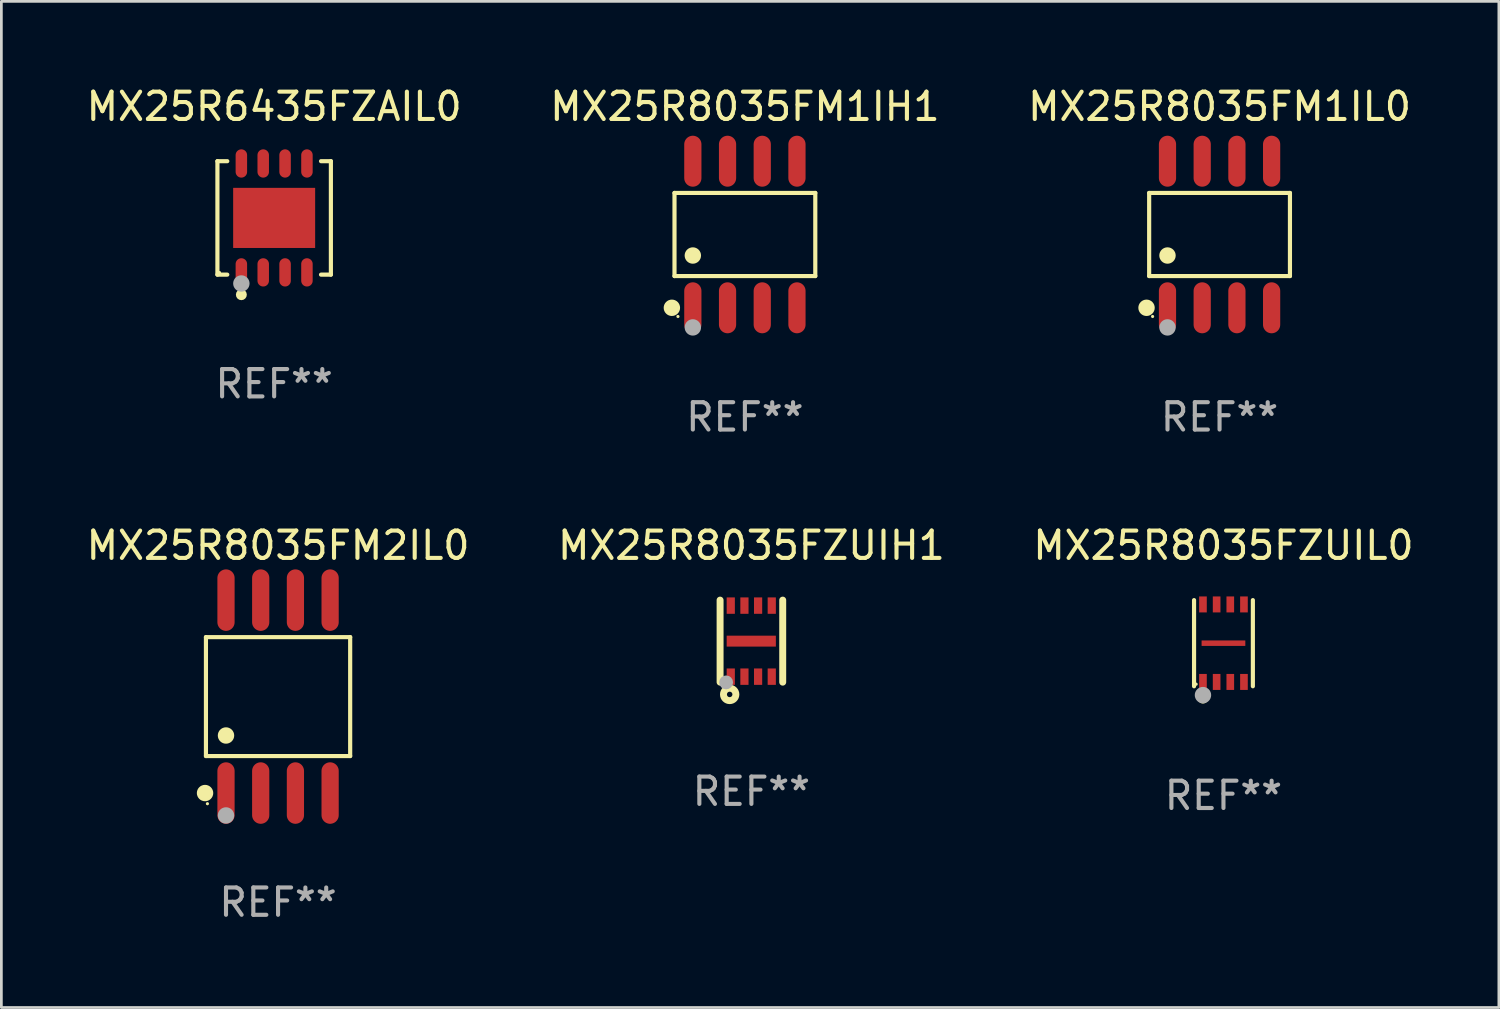
<source format=kicad_pcb>
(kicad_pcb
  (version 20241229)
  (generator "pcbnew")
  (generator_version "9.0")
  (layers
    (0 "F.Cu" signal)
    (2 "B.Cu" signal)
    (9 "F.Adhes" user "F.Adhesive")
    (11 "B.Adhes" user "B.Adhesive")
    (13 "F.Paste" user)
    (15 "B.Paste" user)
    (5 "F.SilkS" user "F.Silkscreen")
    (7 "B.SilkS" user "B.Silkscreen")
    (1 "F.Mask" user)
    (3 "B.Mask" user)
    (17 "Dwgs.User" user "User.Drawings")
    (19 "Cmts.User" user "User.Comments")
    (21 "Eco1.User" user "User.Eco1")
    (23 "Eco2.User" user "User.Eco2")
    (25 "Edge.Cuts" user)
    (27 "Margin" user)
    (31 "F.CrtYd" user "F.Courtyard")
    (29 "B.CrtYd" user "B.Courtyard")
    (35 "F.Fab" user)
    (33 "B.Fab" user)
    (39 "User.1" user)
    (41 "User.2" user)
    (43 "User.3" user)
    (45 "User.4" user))
  (footprint "MX25R8035FM1IL0"
    (layer "F.Cu")
    (at 41.577 5.531)
    (property "Reference" "MX25R8035FM1IL0" (at 0 -4.682 0) (layer "F.SilkS") (effects (font (size 1 1) (thickness 0.15))))
    (attr through_hole)
    (fp_line (start -2.576 -1.521) (end 2.576 -1.521) (stroke (width 0.152) (type solid)) (layer "F.SilkS"))
    (fp_line (start -2.576 1.521) (end -2.576 -1.521) (stroke (width 0.152) (type solid)) (layer "F.SilkS"))
    (fp_line (start 2.576 -1.521) (end 2.576 1.521) (stroke (width 0.152) (type solid)) (layer "F.SilkS"))
    (fp_line (start 2.576 1.521) (end -2.576 1.521) (stroke (width 0.152) (type solid)) (layer "F.SilkS"))
    (fp_circle (center -2.672 2.682) (end -2.522 2.682) (stroke (width 0.3) (type solid)) (fill no) (layer "F.SilkS"))
    (fp_circle (center -2.45 3) (end -2.42 3) (stroke (width 0.06) (type solid)) (fill no) (layer "F.SilkS"))
    (fp_circle (center -1.905 0.769) (end -1.755 0.769) (stroke (width 0.3) (type solid)) (fill no) (layer "F.SilkS"))
    (fp_circle (center -1.905 3.4) (end -1.755 3.4) (stroke (width 0.3) (type solid)) (fill no) (layer "F.Fab"))
    (fp_text user "REF**" (at 0 6.682 0) (layer "F.Fab") (effects (font (size 1 1) (thickness 0.15))))
    (pad "1" smd oval (at -1.905 2.682) (size 0.63 1.865) (layers "F.Cu" "F.Mask" "F.Paste"))
    (pad "2" smd oval (at -0.635 2.682) (size 0.63 1.865) (layers "F.Cu" "F.Mask" "F.Paste"))
    (pad "3" smd oval (at 0.635 2.682) (size 0.63 1.865) (layers "F.Cu" "F.Mask" "F.Paste"))
    (pad "4" smd oval (at 1.905 2.682) (size 0.63 1.865) (layers "F.Cu" "F.Mask" "F.Paste"))
    (pad "5" smd oval (at 1.905 -2.682) (size 0.63 1.865) (layers "F.Cu" "F.Mask" "F.Paste"))
    (pad "6" smd oval (at 0.635 -2.682) (size 0.63 1.865) (layers "F.Cu" "F.Mask" "F.Paste"))
    (pad "7" smd oval (at -0.635 -2.682) (size 0.63 1.865) (layers "F.Cu" "F.Mask" "F.Paste"))
    (pad "8" smd oval (at -1.905 -2.682) (size 0.63 1.865) (layers "F.Cu" "F.Mask" "F.Paste")))
  (footprint "MX25R8035FZUIL0"
    (layer "F.Cu")
    (at 41.72 20.486)
    (property "Reference" "MX25R8035FZUIL0" (at 0 -3.576 0) (layer "F.SilkS") (effects (font (size 1 1) (thickness 0.15))))
    (attr through_hole)
    (fp_line (start -1.076 1.576) (end -1.076 -1.576) (stroke (width 0.152) (type solid)) (layer "F.SilkS"))
    (fp_line (start 1.076 -1.576) (end 1.076 1.576) (stroke (width 0.152) (type solid)) (layer "F.SilkS"))
    (fp_circle (center -1 1.5) (end -0.97 1.5) (stroke (width 0.06) (type solid)) (fill no) (layer "F.SilkS"))
    (fp_circle (center -0.75 2.01) (end -0.65 2.01) (stroke (width 0.2) (type solid)) (fill no) (layer "F.SilkS"))
    (fp_circle (center -0.75 1.9) (end -0.6 1.9) (stroke (width 0.3) (type solid)) (fill no) (layer "F.Fab"))
    (fp_text user "REF**" (at 0 5.576 0) (layer "F.Fab") (effects (font (size 1 1) (thickness 0.15))))
    (pad "1" smd rect (at -0.75 1.418) (size 0.28 0.585) (layers "F.Cu" "F.Mask" "F.Paste"))
    (pad "2" smd rect (at -0.25 1.418) (size 0.28 0.585) (layers "F.Cu" "F.Mask" "F.Paste"))
    (pad "3" smd rect (at 0.25 1.418) (size 0.28 0.585) (layers "F.Cu" "F.Mask" "F.Paste"))
    (pad "4" smd rect (at 0.75 1.418) (size 0.28 0.585) (layers "F.Cu" "F.Mask" "F.Paste"))
    (pad "5" smd rect (at 0.75 -1.418) (size 0.28 0.585) (layers "F.Cu" "F.Mask" "F.Paste"))
    (pad "6" smd rect (at 0.25 -1.418) (size 0.28 0.585) (layers "F.Cu" "F.Mask" "F.Paste"))
    (pad "7" smd rect (at -0.25 -1.418) (size 0.28 0.585) (layers "F.Cu" "F.Mask" "F.Paste"))
    (pad "8" smd rect (at -0.75 -1.418) (size 0.28 0.585) (layers "F.Cu" "F.Mask" "F.Paste"))
    (pad "9" smd rect (at 0 0) (size 1.6 0.2) (layers "F.Cu" "F.Mask" "F.Paste")))
  (footprint "MX25R6435FZAIL0"
    (layer "F.Cu")
    (at 6.982 4.924)
    (property "Reference" "MX25R6435FZAIL0" (at 0 -4.076 0) (layer "F.SilkS") (effects (font (size 1 1) (thickness 0.15))))
    (attr through_hole)
    (fp_line (start -2.076 -2.076) (end -1.715 -2.076) (stroke (width 0.152) (type solid)) (layer "F.SilkS"))
    (fp_line (start -2.076 2.076) (end -2.076 -2.076) (stroke (width 0.152) (type solid)) (layer "F.SilkS"))
    (fp_line (start -2.076 2.076) (end -1.715 2.076) (stroke (width 0.152) (type solid)) (layer "F.SilkS"))
    (fp_line (start 2.076 -2.076) (end 1.715 -2.076) (stroke (width 0.152) (type solid)) (layer "F.SilkS"))
    (fp_line (start 2.076 -2.076) (end 2.076 2.076) (stroke (width 0.152) (type solid)) (layer "F.SilkS"))
    (fp_line (start 2.076 2.076) (end 1.715 2.076) (stroke (width 0.152) (type solid)) (layer "F.SilkS"))
    (fp_circle (center -2 2) (end -1.97 2) (stroke (width 0.06) (type solid)) (fill no) (layer "F.SilkS"))
    (fp_circle (center -1.2 2.81) (end -1.1 2.81) (stroke (width 0.2) (type solid)) (fill no) (layer "F.SilkS"))
    (fp_circle (center -1.2 2.4) (end -1.05 2.4) (stroke (width 0.3) (type solid)) (fill no) (layer "F.Fab"))
    (fp_text user "REF**" (at 0 6.076 0) (layer "F.Fab") (effects (font (size 1 1) (thickness 0.15))))
    (pad "1" smd oval (at -1.2 1.993) (size 0.42 1.035) (layers "F.Cu" "F.Mask" "F.Paste"))
    (pad "2" smd oval (at -0.4 1.993) (size 0.42 1.035) (layers "F.Cu" "F.Mask" "F.Paste"))
    (pad "3" smd oval (at 0.4 1.993) (size 0.42 1.035) (layers "F.Cu" "F.Mask" "F.Paste"))
    (pad "4" smd oval (at 1.2 1.993) (size 0.42 1.035) (layers "F.Cu" "F.Mask" "F.Paste"))
    (pad "5" smd oval (at 1.2 -1.992) (size 0.42 1.035) (layers "F.Cu" "F.Mask" "F.Paste"))
    (pad "6" smd oval (at 0.4 -1.992) (size 0.42 1.035) (layers "F.Cu" "F.Mask" "F.Paste"))
    (pad "7" smd oval (at -0.4 -1.992) (size 0.42 1.035) (layers "F.Cu" "F.Mask" "F.Paste"))
    (pad "8" smd oval (at -1.2 -1.992) (size 0.42 1.035) (layers "F.Cu" "F.Mask" "F.Paste"))
    (pad "9" smd rect (at 0 0) (size 3 2.2) (layers "F.Cu" "F.Mask" "F.Paste")))
  (footprint "MX25R8035FZUIH1"
    (layer "F.Cu")
    (at 24.446 20.411)
    (property "Reference" "MX25R8035FZUIH1" (at 0 -3.501 0) (layer "F.SilkS") (effects (font (size 1 1) (thickness 0.15))))
    (attr through_hole)
    (fp_line (start -1.146 -1.501) (end -1.146 1.501) (stroke (width 0.254) (type solid)) (layer "F.SilkS"))
    (fp_line (start 1.146 -1.501) (end 1.146 1.501) (stroke (width 0.254) (type solid)) (layer "F.SilkS"))
    (fp_circle (center -1.005 1.5) (end -0.975 1.5) (stroke (width 0.06) (type solid)) (fill no) (layer "F.SilkS"))
    (fp_circle (center -0.795 1.95) (end -0.695 1.95) (stroke (width 0.254) (type solid)) (fill no) (layer "F.SilkS"))
    (fp_circle (center -0.925 1.51) (end -0.798 1.51) (stroke (width 0.254) (type solid)) (fill no) (layer "F.Fab"))
    (fp_text user "REF**" (at 0 5.501 0) (layer "F.Fab") (effects (font (size 1 1) (thickness 0.15))))
    (pad "1" smd rect (at -0.755 1.3) (size 0.3 0.6) (layers "F.Cu" "F.Mask" "F.Paste"))
    (pad "2" smd rect (at -0.255 1.3) (size 0.3 0.6) (layers "F.Cu" "F.Mask" "F.Paste"))
    (pad "3" smd rect (at 0.245 1.3) (size 0.3 0.6) (layers "F.Cu" "F.Mask" "F.Paste"))
    (pad "4" smd rect (at 0.745 1.3) (size 0.3 0.6) (layers "F.Cu" "F.Mask" "F.Paste"))
    (pad "5" smd rect (at 0.745 -1.3) (size 0.3 0.6) (layers "F.Cu" "F.Mask" "F.Paste"))
    (pad "6" smd rect (at 0.245 -1.3) (size 0.3 0.6) (layers "F.Cu" "F.Mask" "F.Paste"))
    (pad "7" smd rect (at -0.255 -1.3) (size 0.3 0.6) (layers "F.Cu" "F.Mask" "F.Paste"))
    (pad "8" smd rect (at -0.755 -1.3) (size 0.3 0.6) (layers "F.Cu" "F.Mask" "F.Paste"))
    (pad "9" smd rect (at -0.005 0 90) (size 0.4 1.8) (layers "F.Cu" "F.Mask" "F.Paste")))
  (footprint "MX25R8035FM2IL0"
    (layer "F.Cu")
    (at 7.125 22.44)
    (property "Reference" "MX25R8035FM2IL0" (at 0 -5.53 0) (layer "F.SilkS") (effects (font (size 1 1) (thickness 0.15))))
    (attr through_hole)
    (fp_line (start -2.639 -2.176) (end 2.639 -2.176) (stroke (width 0.152) (type solid)) (layer "F.SilkS"))
    (fp_line (start -2.639 2.176) (end -2.639 -2.176) (stroke (width 0.152) (type solid)) (layer "F.SilkS"))
    (fp_line (start 2.639 -2.176) (end 2.639 2.176) (stroke (width 0.152) (type solid)) (layer "F.SilkS"))
    (fp_line (start 2.639 2.176) (end -2.639 2.176) (stroke (width 0.152) (type solid)) (layer "F.SilkS"))
    (fp_circle (center -2.672 3.53) (end -2.522 3.53) (stroke (width 0.3) (type solid)) (fill no) (layer "F.SilkS"))
    (fp_circle (center -2.585 3.92) (end -2.555 3.92) (stroke (width 0.06) (type solid)) (fill no) (layer "F.SilkS"))
    (fp_circle (center -1.905 1.424) (end -1.755 1.424) (stroke (width 0.3) (type solid)) (fill no) (layer "F.SilkS"))
    (fp_circle (center -1.905 4.35) (end -1.755 4.35) (stroke (width 0.3) (type solid)) (fill no) (layer "F.Fab"))
    (fp_text user "REF**" (at 0 7.53 0) (layer "F.Fab") (effects (font (size 1 1) (thickness 0.15))))
    (pad "1" smd oval (at -1.905 3.53) (size 0.63 2.25) (layers "F.Cu" "F.Mask" "F.Paste"))
    (pad "2" smd oval (at -0.635 3.53) (size 0.63 2.25) (layers "F.Cu" "F.Mask" "F.Paste"))
    (pad "3" smd oval (at 0.635 3.53) (size 0.63 2.25) (layers "F.Cu" "F.Mask" "F.Paste"))
    (pad "4" smd oval (at 1.905 3.53) (size 0.63 2.25) (layers "F.Cu" "F.Mask" "F.Paste"))
    (pad "5" smd oval (at 1.905 -3.53) (size 0.63 2.25) (layers "F.Cu" "F.Mask" "F.Paste"))
    (pad "6" smd oval (at 0.635 -3.53) (size 0.63 2.25) (layers "F.Cu" "F.Mask" "F.Paste"))
    (pad "7" smd oval (at -0.635 -3.53) (size 0.63 2.25) (layers "F.Cu" "F.Mask" "F.Paste"))
    (pad "8" smd oval (at -1.905 -3.53) (size 0.63 2.25) (layers "F.Cu" "F.Mask" "F.Paste")))
  (footprint "MX25R8035FM1IH1"
    (layer "F.Cu")
    (at 24.208 5.531)
    (property "Reference" "MX25R8035FM1IH1" (at 0 -4.682 0) (layer "F.SilkS") (effects (font (size 1 1) (thickness 0.15))))
    (attr through_hole)
    (fp_line (start -2.576 -1.521) (end 2.576 -1.521) (stroke (width 0.152) (type solid)) (layer "F.SilkS"))
    (fp_line (start -2.576 1.521) (end -2.576 -1.521) (stroke (width 0.152) (type solid)) (layer "F.SilkS"))
    (fp_line (start 2.576 -1.521) (end 2.576 1.521) (stroke (width 0.152) (type solid)) (layer "F.SilkS"))
    (fp_line (start 2.576 1.521) (end -2.576 1.521) (stroke (width 0.152) (type solid)) (layer "F.SilkS"))
    (fp_circle (center -2.672 2.682) (end -2.522 2.682) (stroke (width 0.3) (type solid)) (fill no) (layer "F.SilkS"))
    (fp_circle (center -2.45 3) (end -2.42 3) (stroke (width 0.06) (type solid)) (fill no) (layer "F.SilkS"))
    (fp_circle (center -1.905 0.769) (end -1.755 0.769) (stroke (width 0.3) (type solid)) (fill no) (layer "F.SilkS"))
    (fp_circle (center -1.905 3.4) (end -1.755 3.4) (stroke (width 0.3) (type solid)) (fill no) (layer "F.Fab"))
    (fp_text user "REF**" (at 0 6.682 0) (layer "F.Fab") (effects (font (size 1 1) (thickness 0.15))))
    (pad "1" smd oval (at -1.905 2.682) (size 0.63 1.865) (layers "F.Cu" "F.Mask" "F.Paste"))
    (pad "2" smd oval (at -0.635 2.682) (size 0.63 1.865) (layers "F.Cu" "F.Mask" "F.Paste"))
    (pad "3" smd oval (at 0.635 2.682) (size 0.63 1.865) (layers "F.Cu" "F.Mask" "F.Paste"))
    (pad "4" smd oval (at 1.905 2.682) (size 0.63 1.865) (layers "F.Cu" "F.Mask" "F.Paste"))
    (pad "5" smd oval (at 1.905 -2.682) (size 0.63 1.865) (layers "F.Cu" "F.Mask" "F.Paste"))
    (pad "6" smd oval (at 0.635 -2.682) (size 0.63 1.865) (layers "F.Cu" "F.Mask" "F.Paste"))
    (pad "7" smd oval (at -0.635 -2.682) (size 0.63 1.865) (layers "F.Cu" "F.Mask" "F.Paste"))
    (pad "8" smd oval (at -1.905 -2.682) (size 0.63 1.865) (layers "F.Cu" "F.Mask" "F.Paste")))
  (gr_rect
    (start -3 -3)
    (end 51.798 33.818)
    (stroke (width 0.1) (type default))
    (fill no)
    (layer "Edge.Cuts")))
</source>
